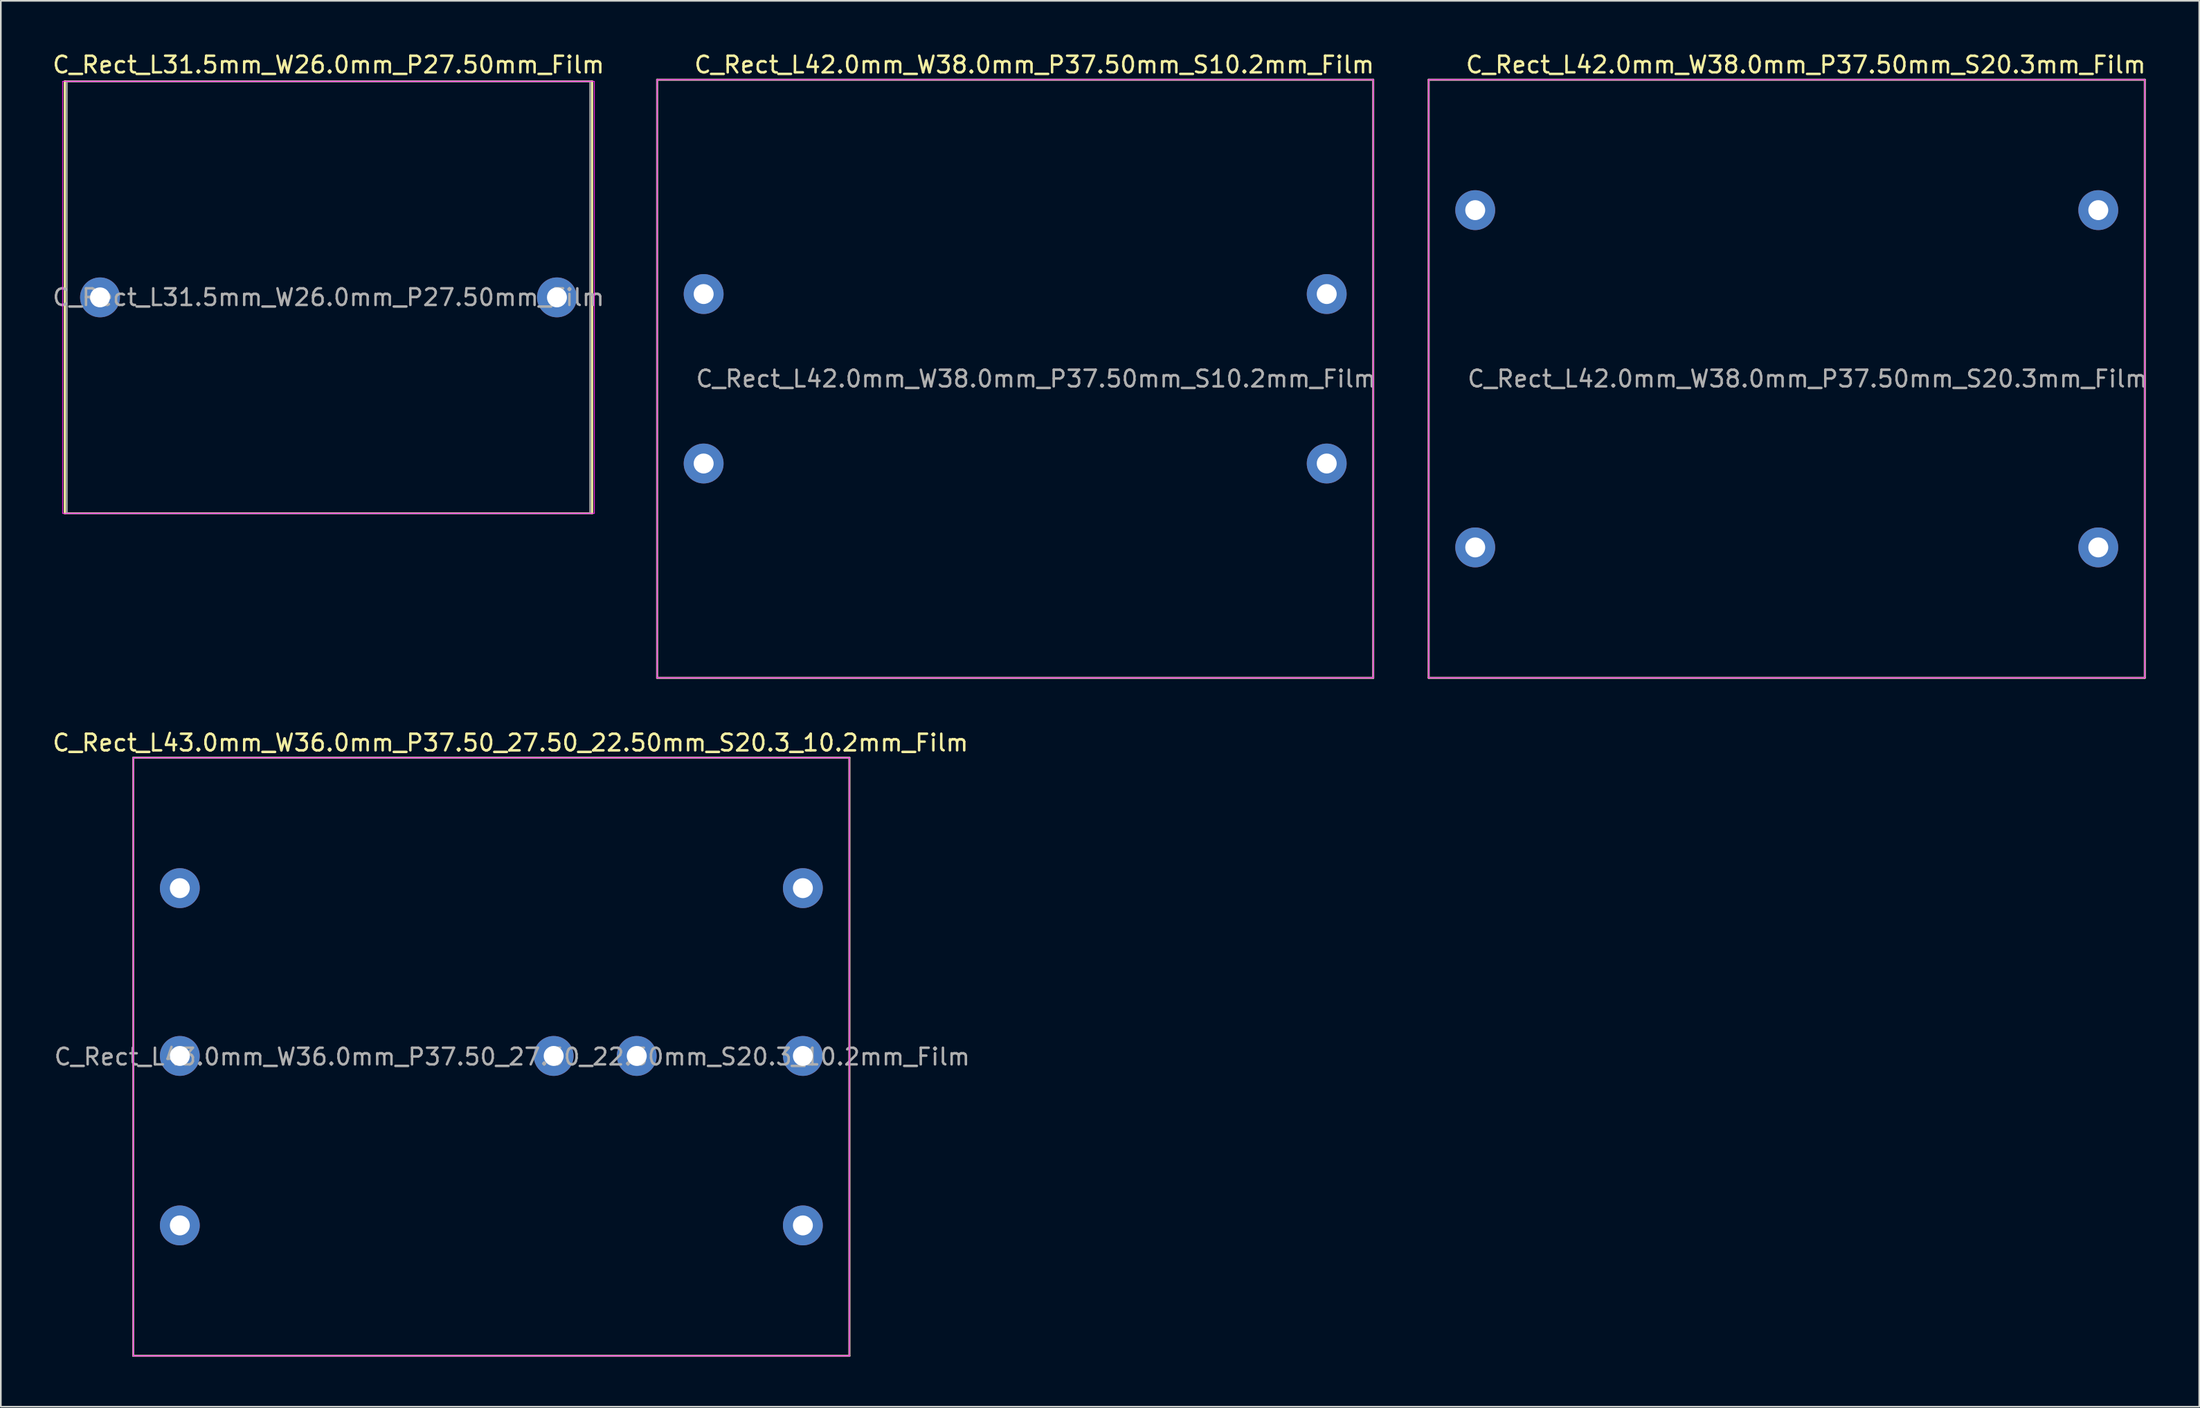
<source format=kicad_pcb>
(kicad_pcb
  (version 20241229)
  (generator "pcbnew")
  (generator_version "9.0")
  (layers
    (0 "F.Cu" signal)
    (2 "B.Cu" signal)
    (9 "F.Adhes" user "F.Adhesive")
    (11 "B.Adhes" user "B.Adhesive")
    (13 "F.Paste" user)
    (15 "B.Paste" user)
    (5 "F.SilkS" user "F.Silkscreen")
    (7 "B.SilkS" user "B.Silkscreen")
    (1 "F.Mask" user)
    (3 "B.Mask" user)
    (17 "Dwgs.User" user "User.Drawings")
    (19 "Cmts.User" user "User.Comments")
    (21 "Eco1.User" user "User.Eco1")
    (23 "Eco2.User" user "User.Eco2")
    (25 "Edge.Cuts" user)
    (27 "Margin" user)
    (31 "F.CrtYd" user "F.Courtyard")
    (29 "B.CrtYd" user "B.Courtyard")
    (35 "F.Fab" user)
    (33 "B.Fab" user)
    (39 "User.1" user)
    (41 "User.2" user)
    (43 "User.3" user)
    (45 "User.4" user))
  (footprint "C_Rect_L43.0mm_W36.0mm_P37.50_27.50_22.50mm_S20.3_10.2mm_Film"
    (layer "F.Cu")
    (at 7.773 60.556)
    (property "Reference" "C_Rect_L43.0mm_W36.0mm_P37.50_27.50_22.50mm_S20.3_10.2mm_Film" (at 19.9 -18.9 0) (layer "F.SilkS") (effects (font (size 1 1) (thickness 0.15))))
    (attr through_hole)
    (fp_line (start -2.8 -18) (end -2.8 18) (stroke (width 0.12) (type solid)) (layer "F.SilkS"))
    (fp_line (start -2.8 -18) (end 40.3 -18) (stroke (width 0.12) (type solid)) (layer "F.SilkS"))
    (fp_line (start -2.8 18) (end 40.3 18) (stroke (width 0.12) (type solid)) (layer "F.SilkS"))
    (fp_line (start 40.3 -18) (end 40.3 18) (stroke (width 0.12) (type solid)) (layer "F.SilkS"))
    (fp_line (start -2.8 -18) (end -2.8 18) (stroke (width 0.05) (type solid)) (layer "F.CrtYd"))
    (fp_line (start -2.8 18) (end 40.3 18) (stroke (width 0.05) (type solid)) (layer "F.CrtYd"))
    (fp_line (start 40.3 -18) (end -2.8 -18) (stroke (width 0.05) (type solid)) (layer "F.CrtYd"))
    (fp_line (start 40.3 18) (end 40.3 -18) (stroke (width 0.05) (type solid)) (layer "F.CrtYd"))
    (fp_line (start -2.8 -18) (end -2.8 18) (stroke (width 0.1) (type solid)) (layer "F.Fab"))
    (fp_line (start -2.8 18) (end 40.3 18) (stroke (width 0.1) (type solid)) (layer "F.Fab"))
    (fp_line (start 40.3 -18) (end -2.8 -18) (stroke (width 0.1) (type solid)) (layer "F.Fab"))
    (fp_line (start 40.3 18) (end 40.3 -18) (stroke (width 0.1) (type solid)) (layer "F.Fab"))
    (fp_text user "${REFERENCE}" (at 20 0 0) (layer "F.Fab") (effects (font (size 1 1) (thickness 0.15))))
    (pad "1" thru_hole circle (at 0 -10.15) (size 2.4 2.4) (drill 1.2) (layers "*.Cu" "*.Mask"))
    (pad "1" thru_hole circle (at 0 -0.05) (size 2.4 2.4) (drill 1.2) (layers "*.Cu" "*.Mask"))
    (pad "1" thru_hole circle (at 0 10.15) (size 2.4 2.4) (drill 1.2) (layers "*.Cu" "*.Mask"))
    (pad "2" thru_hole circle (at 22.5 -0.05) (size 2.4 2.4) (drill 1.2) (layers "*.Cu" "*.Mask"))
    (pad "2" thru_hole circle (at 27.5 -0.05) (size 2.4 2.4) (drill 1.2) (layers "*.Cu" "*.Mask"))
    (pad "2" thru_hole circle (at 37.5 -10.15) (size 2.4 2.4) (drill 1.2) (layers "*.Cu" "*.Mask"))
    (pad "2" thru_hole circle (at 37.5 -0.05) (size 2.4 2.4) (drill 1.2) (layers "*.Cu" "*.Mask"))
    (pad "2" thru_hole circle (at 37.5 10.15) (size 2.4 2.4) (drill 1.2) (layers "*.Cu" "*.Mask")))
  (footprint "C_Rect_L31.5mm_W26.0mm_P27.50mm_Film"
    (layer "F.Cu")
    (at 2.97 14.848)
    (property "Reference" "C_Rect_L31.5mm_W26.0mm_P27.50mm_Film" (at 13.75 -14 0) (layer "F.SilkS") (effects (font (size 1 1) (thickness 0.15))))
    (attr through_hole)
    (fp_line (start -2.12 -13) (end -2.12 13) (stroke (width 0.12) (type solid)) (layer "F.SilkS"))
    (fp_line (start -2.12 -13) (end 29.62 -13) (stroke (width 0.12) (type solid)) (layer "F.SilkS"))
    (fp_line (start -2.12 13) (end 29.62 13) (stroke (width 0.12) (type solid)) (layer "F.SilkS"))
    (fp_line (start 29.62 -13) (end 29.62 13) (stroke (width 0.12) (type solid)) (layer "F.SilkS"))
    (fp_line (start -2.25 -13) (end -2.25 13) (stroke (width 0.05) (type solid)) (layer "F.CrtYd"))
    (fp_line (start -2.25 13) (end 29.75 13) (stroke (width 0.05) (type solid)) (layer "F.CrtYd"))
    (fp_line (start 29.75 -13) (end -2.25 -13) (stroke (width 0.05) (type solid)) (layer "F.CrtYd"))
    (fp_line (start 29.75 13) (end 29.75 -13) (stroke (width 0.05) (type solid)) (layer "F.CrtYd"))
    (fp_line (start -2 -13) (end -2 13) (stroke (width 0.1) (type solid)) (layer "F.Fab"))
    (fp_line (start -2 13) (end 29.5 13) (stroke (width 0.1) (type solid)) (layer "F.Fab"))
    (fp_line (start 29.5 -13) (end -2 -13) (stroke (width 0.1) (type solid)) (layer "F.Fab"))
    (fp_line (start 29.5 13) (end 29.5 -13) (stroke (width 0.1) (type solid)) (layer "F.Fab"))
    (fp_text user "${REFERENCE}" (at 13.75 0 0) (layer "F.Fab") (effects (font (size 1 1) (thickness 0.15))))
    (pad "1" thru_hole circle (at 0 0) (size 2.4 2.4) (drill 1.2) (layers "*.Cu" "*.Mask"))
    (pad "2" thru_hole circle (at 27.5 0) (size 2.4 2.4) (drill 1.2) (layers "*.Cu" "*.Mask")))
  (footprint "C_Rect_L42.0mm_W38.0mm_P37.50mm_S10.2mm_Film"
    (layer "F.Cu")
    (at 39.3 19.748)
    (property "Reference" "C_Rect_L42.0mm_W38.0mm_P37.50mm_S10.2mm_Film" (at 19.9 -18.9 0) (layer "F.SilkS") (effects (font (size 1 1) (thickness 0.15))))
    (attr through_hole)
    (fp_line (start -2.8 -18) (end -2.8 18) (stroke (width 0.12) (type solid)) (layer "F.SilkS"))
    (fp_line (start -2.8 -18) (end 40.3 -18) (stroke (width 0.12) (type solid)) (layer "F.SilkS"))
    (fp_line (start -2.8 18) (end 40.3 18) (stroke (width 0.12) (type solid)) (layer "F.SilkS"))
    (fp_line (start 40.3 -18) (end 40.3 18) (stroke (width 0.12) (type solid)) (layer "F.SilkS"))
    (fp_line (start -2.8 -18) (end -2.8 18) (stroke (width 0.05) (type solid)) (layer "F.CrtYd"))
    (fp_line (start -2.8 18) (end 40.3 18) (stroke (width 0.05) (type solid)) (layer "F.CrtYd"))
    (fp_line (start 40.3 -18) (end -2.8 -18) (stroke (width 0.05) (type solid)) (layer "F.CrtYd"))
    (fp_line (start 40.3 18) (end 40.3 -18) (stroke (width 0.05) (type solid)) (layer "F.CrtYd"))
    (fp_line (start -2.8 -18) (end -2.8 18) (stroke (width 0.1) (type solid)) (layer "F.Fab"))
    (fp_line (start -2.8 18) (end 40.3 18) (stroke (width 0.1) (type solid)) (layer "F.Fab"))
    (fp_line (start 40.3 -18) (end -2.8 -18) (stroke (width 0.1) (type solid)) (layer "F.Fab"))
    (fp_line (start 40.3 18) (end 40.3 -18) (stroke (width 0.1) (type solid)) (layer "F.Fab"))
    (fp_text user "${REFERENCE}" (at 20 0 0) (layer "F.Fab") (effects (font (size 1 1) (thickness 0.15))))
    (pad "1" thru_hole circle (at 0 -5.1) (size 2.4 2.4) (drill 1.2) (layers "*.Cu" "*.Mask"))
    (pad "1" thru_hole circle (at 0 5.1) (size 2.4 2.4) (drill 1.2) (layers "*.Cu" "*.Mask"))
    (pad "2" thru_hole circle (at 37.5 -5.1) (size 2.4 2.4) (drill 1.2) (layers "*.Cu" "*.Mask"))
    (pad "2" thru_hole circle (at 37.5 5.1) (size 2.4 2.4) (drill 1.2) (layers "*.Cu" "*.Mask")))
  (footprint "C_Rect_L42.0mm_W38.0mm_P37.50mm_S20.3mm_Film"
    (layer "F.Cu")
    (at 85.738 19.748)
    (property "Reference" "C_Rect_L42.0mm_W38.0mm_P37.50mm_S20.3mm_Film" (at 19.9 -18.9 0) (layer "F.SilkS") (effects (font (size 1 1) (thickness 0.15))))
    (attr through_hole)
    (fp_line (start -2.8 -18) (end -2.8 18) (stroke (width 0.12) (type solid)) (layer "F.SilkS"))
    (fp_line (start -2.8 -18) (end 40.3 -18) (stroke (width 0.12) (type solid)) (layer "F.SilkS"))
    (fp_line (start -2.8 18) (end 40.3 18) (stroke (width 0.12) (type solid)) (layer "F.SilkS"))
    (fp_line (start 40.3 -18) (end 40.3 18) (stroke (width 0.12) (type solid)) (layer "F.SilkS"))
    (fp_line (start -2.8 -18) (end -2.8 18) (stroke (width 0.05) (type solid)) (layer "F.CrtYd"))
    (fp_line (start -2.8 18) (end 40.3 18) (stroke (width 0.05) (type solid)) (layer "F.CrtYd"))
    (fp_line (start 40.3 -18) (end -2.8 -18) (stroke (width 0.05) (type solid)) (layer "F.CrtYd"))
    (fp_line (start 40.3 18) (end 40.3 -18) (stroke (width 0.05) (type solid)) (layer "F.CrtYd"))
    (fp_line (start -2.8 -18) (end -2.8 18) (stroke (width 0.1) (type solid)) (layer "F.Fab"))
    (fp_line (start -2.8 18) (end 40.3 18) (stroke (width 0.1) (type solid)) (layer "F.Fab"))
    (fp_line (start 40.3 -18) (end -2.8 -18) (stroke (width 0.1) (type solid)) (layer "F.Fab"))
    (fp_line (start 40.3 18) (end 40.3 -18) (stroke (width 0.1) (type solid)) (layer "F.Fab"))
    (fp_text user "${REFERENCE}" (at 20 0 0) (layer "F.Fab") (effects (font (size 1 1) (thickness 0.15))))
    (pad "1" thru_hole circle (at 0 -10.15) (size 2.4 2.4) (drill 1.2) (layers "*.Cu" "*.Mask"))
    (pad "1" thru_hole circle (at 0 10.15) (size 2.4 2.4) (drill 1.2) (layers "*.Cu" "*.Mask"))
    (pad "2" thru_hole circle (at 37.5 -10.15) (size 2.4 2.4) (drill 1.2) (layers "*.Cu" "*.Mask"))
    (pad "2" thru_hole circle (at 37.5 10.15) (size 2.4 2.4) (drill 1.2) (layers "*.Cu" "*.Mask")))
  (gr_rect
    (start -3 -3)
    (end 129.315 81.617)
    (stroke (width 0.1) (type default))
    (fill no)
    (layer "Edge.Cuts")))
</source>
